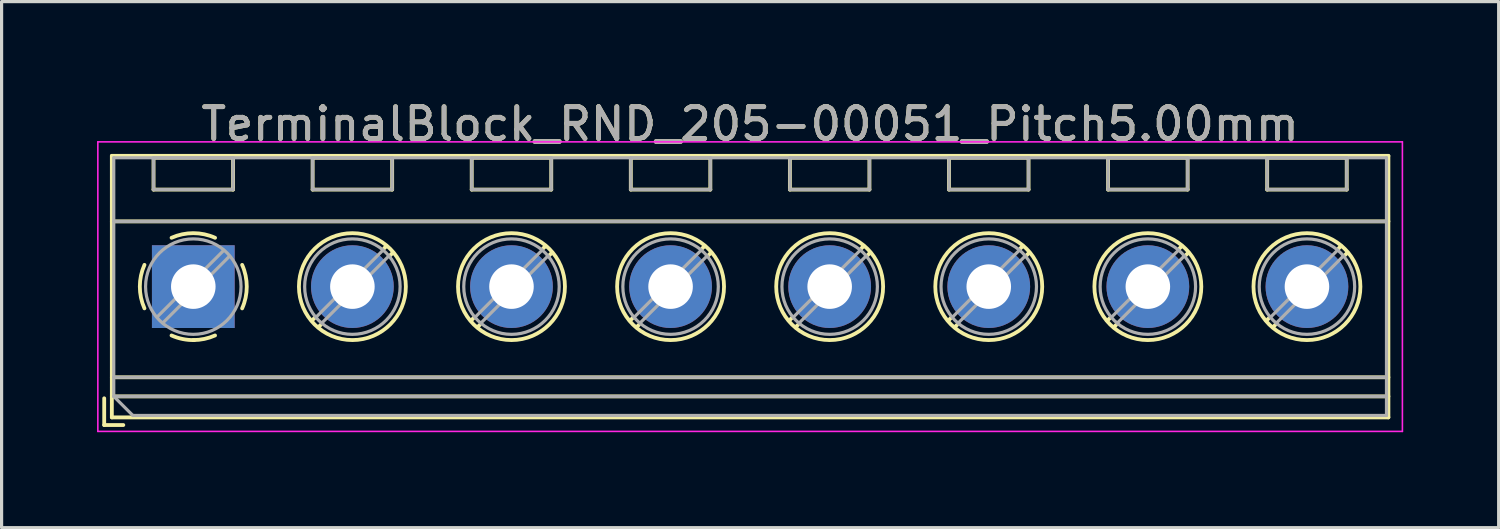
<source format=kicad_pcb>
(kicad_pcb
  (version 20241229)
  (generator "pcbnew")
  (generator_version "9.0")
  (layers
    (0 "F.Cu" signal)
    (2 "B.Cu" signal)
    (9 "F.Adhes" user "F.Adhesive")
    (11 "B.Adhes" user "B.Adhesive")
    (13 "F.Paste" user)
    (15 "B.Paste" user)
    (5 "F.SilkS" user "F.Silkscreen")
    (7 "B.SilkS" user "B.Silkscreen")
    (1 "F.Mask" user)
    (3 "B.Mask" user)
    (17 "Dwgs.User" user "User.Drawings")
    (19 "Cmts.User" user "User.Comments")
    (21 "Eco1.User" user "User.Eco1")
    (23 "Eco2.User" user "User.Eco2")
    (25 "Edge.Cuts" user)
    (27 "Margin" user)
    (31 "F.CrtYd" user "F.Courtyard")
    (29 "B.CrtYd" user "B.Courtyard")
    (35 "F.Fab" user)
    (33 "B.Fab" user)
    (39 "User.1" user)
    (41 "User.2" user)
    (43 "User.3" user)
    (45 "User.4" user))
  (footprint "TerminalBlock_RND_205-00051_Pitch5.00mm"
    (layer "F.Cu")
    (at 3.025 5.958)
    (property "Reference" "TerminalBlock_RND_205-00051_Pitch5.00mm" (at 17.5 -5.11 0) (layer "F.SilkS") (effects (font (size 1 1) (thickness 0.15))))
    (attr through_hole)
    (fp_line (start -2.8 3.51) (end -2.8 4.35) (stroke (width 0.12) (type solid)) (layer "F.SilkS"))
    (fp_line (start -2.8 4.35) (end -2.2 4.35) (stroke (width 0.12) (type solid)) (layer "F.SilkS"))
    (fp_line (start -2.56 -4.11) (end -2.56 4.11) (stroke (width 0.12) (type solid)) (layer "F.SilkS"))
    (fp_line (start -2.56 -2.05) (end 37.56 -2.05) (stroke (width 0.12) (type solid)) (layer "F.SilkS"))
    (fp_line (start -2.56 2.85) (end 37.56 2.85) (stroke (width 0.12) (type solid)) (layer "F.SilkS"))
    (fp_line (start -2.56 3.45) (end 37.56 3.45) (stroke (width 0.12) (type solid)) (layer "F.SilkS"))
    (fp_line (start -2.56 4.11) (end 37.56 4.11) (stroke (width 0.12) (type solid)) (layer "F.SilkS"))
    (fp_line (start -1.25 -4.05) (end -1.25 -3.05) (stroke (width 0.12) (type solid)) (layer "F.SilkS"))
    (fp_line (start -1.25 -4.05) (end 1.25 -4.05) (stroke (width 0.12) (type solid)) (layer "F.SilkS"))
    (fp_line (start -1.25 -3.05) (end 1.25 -3.05) (stroke (width 0.12) (type solid)) (layer "F.SilkS"))
    (fp_line (start 1.25 -4.05) (end 1.25 -3.05) (stroke (width 0.12) (type solid)) (layer "F.SilkS"))
    (fp_line (start 3.75 -4.05) (end 3.75 -3.05) (stroke (width 0.12) (type solid)) (layer "F.SilkS"))
    (fp_line (start 3.75 -4.05) (end 6.25 -4.05) (stroke (width 0.12) (type solid)) (layer "F.SilkS"))
    (fp_line (start 3.75 -3.05) (end 6.25 -3.05) (stroke (width 0.12) (type solid)) (layer "F.SilkS"))
    (fp_line (start 3.82 0.976) (end 3.726 1.069) (stroke (width 0.12) (type solid)) (layer "F.SilkS"))
    (fp_line (start 4.002 1.204) (end 3.931 1.274) (stroke (width 0.12) (type solid)) (layer "F.SilkS"))
    (fp_line (start 6.07 -1.275) (end 5.999 -1.204) (stroke (width 0.12) (type solid)) (layer "F.SilkS"))
    (fp_line (start 6.25 -4.05) (end 6.25 -3.05) (stroke (width 0.12) (type solid)) (layer "F.SilkS"))
    (fp_line (start 6.275 -1.069) (end 6.181 -0.976) (stroke (width 0.12) (type solid)) (layer "F.SilkS"))
    (fp_line (start 8.75 -4.05) (end 8.75 -3.05) (stroke (width 0.12) (type solid)) (layer "F.SilkS"))
    (fp_line (start 8.75 -4.05) (end 11.25 -4.05) (stroke (width 0.12) (type solid)) (layer "F.SilkS"))
    (fp_line (start 8.75 -3.05) (end 11.25 -3.05) (stroke (width 0.12) (type solid)) (layer "F.SilkS"))
    (fp_line (start 8.82 0.976) (end 8.726 1.069) (stroke (width 0.12) (type solid)) (layer "F.SilkS"))
    (fp_line (start 9.002 1.204) (end 8.931 1.274) (stroke (width 0.12) (type solid)) (layer "F.SilkS"))
    (fp_line (start 11.07 -1.275) (end 10.999 -1.204) (stroke (width 0.12) (type solid)) (layer "F.SilkS"))
    (fp_line (start 11.25 -4.05) (end 11.25 -3.05) (stroke (width 0.12) (type solid)) (layer "F.SilkS"))
    (fp_line (start 11.275 -1.069) (end 11.181 -0.976) (stroke (width 0.12) (type solid)) (layer "F.SilkS"))
    (fp_line (start 13.75 -4.05) (end 13.75 -3.05) (stroke (width 0.12) (type solid)) (layer "F.SilkS"))
    (fp_line (start 13.75 -4.05) (end 16.25 -4.05) (stroke (width 0.12) (type solid)) (layer "F.SilkS"))
    (fp_line (start 13.75 -3.05) (end 16.25 -3.05) (stroke (width 0.12) (type solid)) (layer "F.SilkS"))
    (fp_line (start 13.82 0.976) (end 13.726 1.069) (stroke (width 0.12) (type solid)) (layer "F.SilkS"))
    (fp_line (start 14.002 1.204) (end 13.931 1.274) (stroke (width 0.12) (type solid)) (layer "F.SilkS"))
    (fp_line (start 16.07 -1.275) (end 15.999 -1.204) (stroke (width 0.12) (type solid)) (layer "F.SilkS"))
    (fp_line (start 16.25 -4.05) (end 16.25 -3.05) (stroke (width 0.12) (type solid)) (layer "F.SilkS"))
    (fp_line (start 16.275 -1.069) (end 16.181 -0.976) (stroke (width 0.12) (type solid)) (layer "F.SilkS"))
    (fp_line (start 18.75 -4.05) (end 18.75 -3.05) (stroke (width 0.12) (type solid)) (layer "F.SilkS"))
    (fp_line (start 18.75 -4.05) (end 21.25 -4.05) (stroke (width 0.12) (type solid)) (layer "F.SilkS"))
    (fp_line (start 18.75 -3.05) (end 21.25 -3.05) (stroke (width 0.12) (type solid)) (layer "F.SilkS"))
    (fp_line (start 18.82 0.976) (end 18.726 1.069) (stroke (width 0.12) (type solid)) (layer "F.SilkS"))
    (fp_line (start 19.002 1.204) (end 18.931 1.274) (stroke (width 0.12) (type solid)) (layer "F.SilkS"))
    (fp_line (start 21.07 -1.275) (end 20.999 -1.204) (stroke (width 0.12) (type solid)) (layer "F.SilkS"))
    (fp_line (start 21.25 -4.05) (end 21.25 -3.05) (stroke (width 0.12) (type solid)) (layer "F.SilkS"))
    (fp_line (start 21.275 -1.069) (end 21.181 -0.976) (stroke (width 0.12) (type solid)) (layer "F.SilkS"))
    (fp_line (start 23.75 -4.05) (end 23.75 -3.05) (stroke (width 0.12) (type solid)) (layer "F.SilkS"))
    (fp_line (start 23.75 -4.05) (end 26.25 -4.05) (stroke (width 0.12) (type solid)) (layer "F.SilkS"))
    (fp_line (start 23.75 -3.05) (end 26.25 -3.05) (stroke (width 0.12) (type solid)) (layer "F.SilkS"))
    (fp_line (start 23.82 0.976) (end 23.726 1.069) (stroke (width 0.12) (type solid)) (layer "F.SilkS"))
    (fp_line (start 24.002 1.204) (end 23.931 1.274) (stroke (width 0.12) (type solid)) (layer "F.SilkS"))
    (fp_line (start 26.07 -1.275) (end 25.999 -1.204) (stroke (width 0.12) (type solid)) (layer "F.SilkS"))
    (fp_line (start 26.25 -4.05) (end 26.25 -3.05) (stroke (width 0.12) (type solid)) (layer "F.SilkS"))
    (fp_line (start 26.275 -1.069) (end 26.181 -0.976) (stroke (width 0.12) (type solid)) (layer "F.SilkS"))
    (fp_line (start 28.75 -4.05) (end 28.75 -3.05) (stroke (width 0.12) (type solid)) (layer "F.SilkS"))
    (fp_line (start 28.75 -4.05) (end 31.25 -4.05) (stroke (width 0.12) (type solid)) (layer "F.SilkS"))
    (fp_line (start 28.75 -3.05) (end 31.25 -3.05) (stroke (width 0.12) (type solid)) (layer "F.SilkS"))
    (fp_line (start 28.82 0.976) (end 28.726 1.069) (stroke (width 0.12) (type solid)) (layer "F.SilkS"))
    (fp_line (start 29.002 1.204) (end 28.931 1.274) (stroke (width 0.12) (type solid)) (layer "F.SilkS"))
    (fp_line (start 31.07 -1.275) (end 30.999 -1.204) (stroke (width 0.12) (type solid)) (layer "F.SilkS"))
    (fp_line (start 31.25 -4.05) (end 31.25 -3.05) (stroke (width 0.12) (type solid)) (layer "F.SilkS"))
    (fp_line (start 31.275 -1.069) (end 31.181 -0.976) (stroke (width 0.12) (type solid)) (layer "F.SilkS"))
    (fp_line (start 33.75 -4.05) (end 33.75 -3.05) (stroke (width 0.12) (type solid)) (layer "F.SilkS"))
    (fp_line (start 33.75 -4.05) (end 36.25 -4.05) (stroke (width 0.12) (type solid)) (layer "F.SilkS"))
    (fp_line (start 33.75 -3.05) (end 36.25 -3.05) (stroke (width 0.12) (type solid)) (layer "F.SilkS"))
    (fp_line (start 33.82 0.976) (end 33.726 1.069) (stroke (width 0.12) (type solid)) (layer "F.SilkS"))
    (fp_line (start 34.002 1.204) (end 33.931 1.274) (stroke (width 0.12) (type solid)) (layer "F.SilkS"))
    (fp_line (start 36.07 -1.275) (end 35.999 -1.204) (stroke (width 0.12) (type solid)) (layer "F.SilkS"))
    (fp_line (start 36.25 -4.05) (end 36.25 -3.05) (stroke (width 0.12) (type solid)) (layer "F.SilkS"))
    (fp_line (start 36.275 -1.069) (end 36.181 -0.976) (stroke (width 0.12) (type solid)) (layer "F.SilkS"))
    (fp_line (start 37.56 -4.11) (end -2.56 -4.11) (stroke (width 0.12) (type solid)) (layer "F.SilkS"))
    (fp_line (start 37.56 4.11) (end 37.56 -4.11) (stroke (width 0.12) (type solid)) (layer "F.SilkS"))
    (fp_arc (start -1.535427 0.683042) (mid -1.680501 -0.000524) (end -1.535 -0.684) (stroke (width 0.12) (type solid)) (layer "F.SilkS"))
    (fp_arc (start -0.683042 -1.535427) (mid 0.000524 -1.680501) (end 0.684 -1.535) (stroke (width 0.12) (type solid)) (layer "F.SilkS"))
    (fp_arc (start 0.028805 1.680253) (mid -0.335551 1.646659) (end -0.684 1.535) (stroke (width 0.12) (type solid)) (layer "F.SilkS"))
    (fp_arc (start 0.683318 1.534756) (mid 0.349292 1.643288) (end 0 1.68) (stroke (width 0.12) (type solid)) (layer "F.SilkS"))
    (fp_arc (start 1.535427 -0.683042) (mid 1.680501 0.000524) (end 1.535 0.684) (stroke (width 0.12) (type solid)) (layer "F.SilkS"))
    (fp_circle (center 5 0) (end 6.68 0) (stroke (width 0.12) (type solid)) (fill no) (layer "F.SilkS"))
    (fp_circle (center 10 0) (end 11.68 0) (stroke (width 0.12) (type solid)) (fill no) (layer "F.SilkS"))
    (fp_circle (center 15 0) (end 16.68 0) (stroke (width 0.12) (type solid)) (fill no) (layer "F.SilkS"))
    (fp_circle (center 20 0) (end 21.68 0) (stroke (width 0.12) (type solid)) (fill no) (layer "F.SilkS"))
    (fp_circle (center 25 0) (end 26.68 0) (stroke (width 0.12) (type solid)) (fill no) (layer "F.SilkS"))
    (fp_circle (center 30 0) (end 31.68 0) (stroke (width 0.12) (type solid)) (fill no) (layer "F.SilkS"))
    (fp_circle (center 35 0) (end 36.68 0) (stroke (width 0.12) (type solid)) (fill no) (layer "F.SilkS"))
    (fp_line (start -3 -4.55) (end -3 4.55) (stroke (width 0.05) (type solid)) (layer "F.CrtYd"))
    (fp_line (start -3 4.55) (end 38 4.55) (stroke (width 0.05) (type solid)) (layer "F.CrtYd"))
    (fp_line (start 38 -4.55) (end -3 -4.55) (stroke (width 0.05) (type solid)) (layer "F.CrtYd"))
    (fp_line (start 38 4.55) (end 38 -4.55) (stroke (width 0.05) (type solid)) (layer "F.CrtYd"))
    (fp_line (start -2.5 -4.05) (end 37.5 -4.05) (stroke (width 0.1) (type solid)) (layer "F.Fab"))
    (fp_line (start -2.5 -2.05) (end 37.5 -2.05) (stroke (width 0.1) (type solid)) (layer "F.Fab"))
    (fp_line (start -2.5 2.85) (end 37.5 2.85) (stroke (width 0.1) (type solid)) (layer "F.Fab"))
    (fp_line (start -2.5 3.45) (end -2.5 -4.05) (stroke (width 0.1) (type solid)) (layer "F.Fab"))
    (fp_line (start -2.5 3.45) (end 37.5 3.45) (stroke (width 0.1) (type solid)) (layer "F.Fab"))
    (fp_line (start -1.9 4.05) (end -2.5 3.45) (stroke (width 0.1) (type solid)) (layer "F.Fab"))
    (fp_line (start -1.25 -4.05) (end -1.25 -3.05) (stroke (width 0.1) (type solid)) (layer "F.Fab"))
    (fp_line (start -1.25 -3.05) (end 1.25 -3.05) (stroke (width 0.1) (type solid)) (layer "F.Fab"))
    (fp_line (start 0.955 -1.138) (end -1.138 0.955) (stroke (width 0.1) (type solid)) (layer "F.Fab"))
    (fp_line (start 1.138 -0.955) (end -0.955 1.138) (stroke (width 0.1) (type solid)) (layer "F.Fab"))
    (fp_line (start 1.25 -4.05) (end -1.25 -4.05) (stroke (width 0.1) (type solid)) (layer "F.Fab"))
    (fp_line (start 1.25 -3.05) (end 1.25 -4.05) (stroke (width 0.1) (type solid)) (layer "F.Fab"))
    (fp_line (start 3.75 -4.05) (end 3.75 -3.05) (stroke (width 0.1) (type solid)) (layer "F.Fab"))
    (fp_line (start 3.75 -3.05) (end 6.25 -3.05) (stroke (width 0.1) (type solid)) (layer "F.Fab"))
    (fp_line (start 5.955 -1.138) (end 3.863 0.955) (stroke (width 0.1) (type solid)) (layer "F.Fab"))
    (fp_line (start 6.138 -0.955) (end 4.046 1.138) (stroke (width 0.1) (type solid)) (layer "F.Fab"))
    (fp_line (start 6.25 -4.05) (end 3.75 -4.05) (stroke (width 0.1) (type solid)) (layer "F.Fab"))
    (fp_line (start 6.25 -3.05) (end 6.25 -4.05) (stroke (width 0.1) (type solid)) (layer "F.Fab"))
    (fp_line (start 8.75 -4.05) (end 8.75 -3.05) (stroke (width 0.1) (type solid)) (layer "F.Fab"))
    (fp_line (start 8.75 -3.05) (end 11.25 -3.05) (stroke (width 0.1) (type solid)) (layer "F.Fab"))
    (fp_line (start 10.955 -1.138) (end 8.863 0.955) (stroke (width 0.1) (type solid)) (layer "F.Fab"))
    (fp_line (start 11.138 -0.955) (end 9.046 1.138) (stroke (width 0.1) (type solid)) (layer "F.Fab"))
    (fp_line (start 11.25 -4.05) (end 8.75 -4.05) (stroke (width 0.1) (type solid)) (layer "F.Fab"))
    (fp_line (start 11.25 -3.05) (end 11.25 -4.05) (stroke (width 0.1) (type solid)) (layer "F.Fab"))
    (fp_line (start 13.75 -4.05) (end 13.75 -3.05) (stroke (width 0.1) (type solid)) (layer "F.Fab"))
    (fp_line (start 13.75 -3.05) (end 16.25 -3.05) (stroke (width 0.1) (type solid)) (layer "F.Fab"))
    (fp_line (start 15.955 -1.138) (end 13.863 0.955) (stroke (width 0.1) (type solid)) (layer "F.Fab"))
    (fp_line (start 16.138 -0.955) (end 14.046 1.138) (stroke (width 0.1) (type solid)) (layer "F.Fab"))
    (fp_line (start 16.25 -4.05) (end 13.75 -4.05) (stroke (width 0.1) (type solid)) (layer "F.Fab"))
    (fp_line (start 16.25 -3.05) (end 16.25 -4.05) (stroke (width 0.1) (type solid)) (layer "F.Fab"))
    (fp_line (start 18.75 -4.05) (end 18.75 -3.05) (stroke (width 0.1) (type solid)) (layer "F.Fab"))
    (fp_line (start 18.75 -3.05) (end 21.25 -3.05) (stroke (width 0.1) (type solid)) (layer "F.Fab"))
    (fp_line (start 20.955 -1.138) (end 18.863 0.955) (stroke (width 0.1) (type solid)) (layer "F.Fab"))
    (fp_line (start 21.138 -0.955) (end 19.046 1.138) (stroke (width 0.1) (type solid)) (layer "F.Fab"))
    (fp_line (start 21.25 -4.05) (end 18.75 -4.05) (stroke (width 0.1) (type solid)) (layer "F.Fab"))
    (fp_line (start 21.25 -3.05) (end 21.25 -4.05) (stroke (width 0.1) (type solid)) (layer "F.Fab"))
    (fp_line (start 23.75 -4.05) (end 23.75 -3.05) (stroke (width 0.1) (type solid)) (layer "F.Fab"))
    (fp_line (start 23.75 -3.05) (end 26.25 -3.05) (stroke (width 0.1) (type solid)) (layer "F.Fab"))
    (fp_line (start 25.955 -1.138) (end 23.863 0.955) (stroke (width 0.1) (type solid)) (layer "F.Fab"))
    (fp_line (start 26.138 -0.955) (end 24.046 1.138) (stroke (width 0.1) (type solid)) (layer "F.Fab"))
    (fp_line (start 26.25 -4.05) (end 23.75 -4.05) (stroke (width 0.1) (type solid)) (layer "F.Fab"))
    (fp_line (start 26.25 -3.05) (end 26.25 -4.05) (stroke (width 0.1) (type solid)) (layer "F.Fab"))
    (fp_line (start 28.75 -4.05) (end 28.75 -3.05) (stroke (width 0.1) (type solid)) (layer "F.Fab"))
    (fp_line (start 28.75 -3.05) (end 31.25 -3.05) (stroke (width 0.1) (type solid)) (layer "F.Fab"))
    (fp_line (start 30.955 -1.138) (end 28.863 0.955) (stroke (width 0.1) (type solid)) (layer "F.Fab"))
    (fp_line (start 31.138 -0.955) (end 29.046 1.138) (stroke (width 0.1) (type solid)) (layer "F.Fab"))
    (fp_line (start 31.25 -4.05) (end 28.75 -4.05) (stroke (width 0.1) (type solid)) (layer "F.Fab"))
    (fp_line (start 31.25 -3.05) (end 31.25 -4.05) (stroke (width 0.1) (type solid)) (layer "F.Fab"))
    (fp_line (start 33.75 -4.05) (end 33.75 -3.05) (stroke (width 0.1) (type solid)) (layer "F.Fab"))
    (fp_line (start 33.75 -3.05) (end 36.25 -3.05) (stroke (width 0.1) (type solid)) (layer "F.Fab"))
    (fp_line (start 35.955 -1.138) (end 33.863 0.955) (stroke (width 0.1) (type solid)) (layer "F.Fab"))
    (fp_line (start 36.138 -0.955) (end 34.046 1.138) (stroke (width 0.1) (type solid)) (layer "F.Fab"))
    (fp_line (start 36.25 -4.05) (end 33.75 -4.05) (stroke (width 0.1) (type solid)) (layer "F.Fab"))
    (fp_line (start 36.25 -3.05) (end 36.25 -4.05) (stroke (width 0.1) (type solid)) (layer "F.Fab"))
    (fp_line (start 37.5 -4.05) (end 37.5 4.05) (stroke (width 0.1) (type solid)) (layer "F.Fab"))
    (fp_line (start 37.5 4.05) (end -1.9 4.05) (stroke (width 0.1) (type solid)) (layer "F.Fab"))
    (fp_circle (center 0 0) (end 1.5 0) (stroke (width 0.1) (type solid)) (fill no) (layer "F.Fab"))
    (fp_circle (center 5 0) (end 6.5 0) (stroke (width 0.1) (type solid)) (fill no) (layer "F.Fab"))
    (fp_circle (center 10 0) (end 11.5 0) (stroke (width 0.1) (type solid)) (fill no) (layer "F.Fab"))
    (fp_circle (center 15 0) (end 16.5 0) (stroke (width 0.1) (type solid)) (fill no) (layer "F.Fab"))
    (fp_circle (center 20 0) (end 21.5 0) (stroke (width 0.1) (type solid)) (fill no) (layer "F.Fab"))
    (fp_circle (center 25 0) (end 26.5 0) (stroke (width 0.1) (type solid)) (fill no) (layer "F.Fab"))
    (fp_circle (center 30 0) (end 31.5 0) (stroke (width 0.1) (type solid)) (fill no) (layer "F.Fab"))
    (fp_circle (center 35 0) (end 36.5 0) (stroke (width 0.1) (type solid)) (fill no) (layer "F.Fab"))
    (fp_text user "${REFERENCE}" (at 17.5 -5.11 0) (layer "F.Fab") (effects (font (size 1 1) (thickness 0.15))))
    (pad "1" thru_hole rect (at 0 0) (size 2.6 2.6) (drill 1.4) (layers "*.Cu" "*.Mask"))
    (pad "2" thru_hole oval (at 5 0) (size 2.6 2.6) (drill 1.4) (layers "*.Cu" "*.Mask"))
    (pad "3" thru_hole oval (at 10 0) (size 2.6 2.6) (drill 1.4) (layers "*.Cu" "*.Mask"))
    (pad "4" thru_hole oval (at 15 0) (size 2.6 2.6) (drill 1.4) (layers "*.Cu" "*.Mask"))
    (pad "5" thru_hole oval (at 20 0) (size 2.6 2.6) (drill 1.4) (layers "*.Cu" "*.Mask"))
    (pad "6" thru_hole oval (at 25 0) (size 2.6 2.6) (drill 1.4) (layers "*.Cu" "*.Mask"))
    (pad "7" thru_hole oval (at 30 0) (size 2.6 2.6) (drill 1.4) (layers "*.Cu" "*.Mask"))
    (pad "8" thru_hole oval (at 35 0) (size 2.6 2.6) (drill 1.4) (layers "*.Cu" "*.Mask")))
  (gr_rect
    (start -3 -3)
    (end 44.05 13.533)
    (stroke (width 0.1) (type default))
    (fill no)
    (layer "Edge.Cuts")))
</source>
